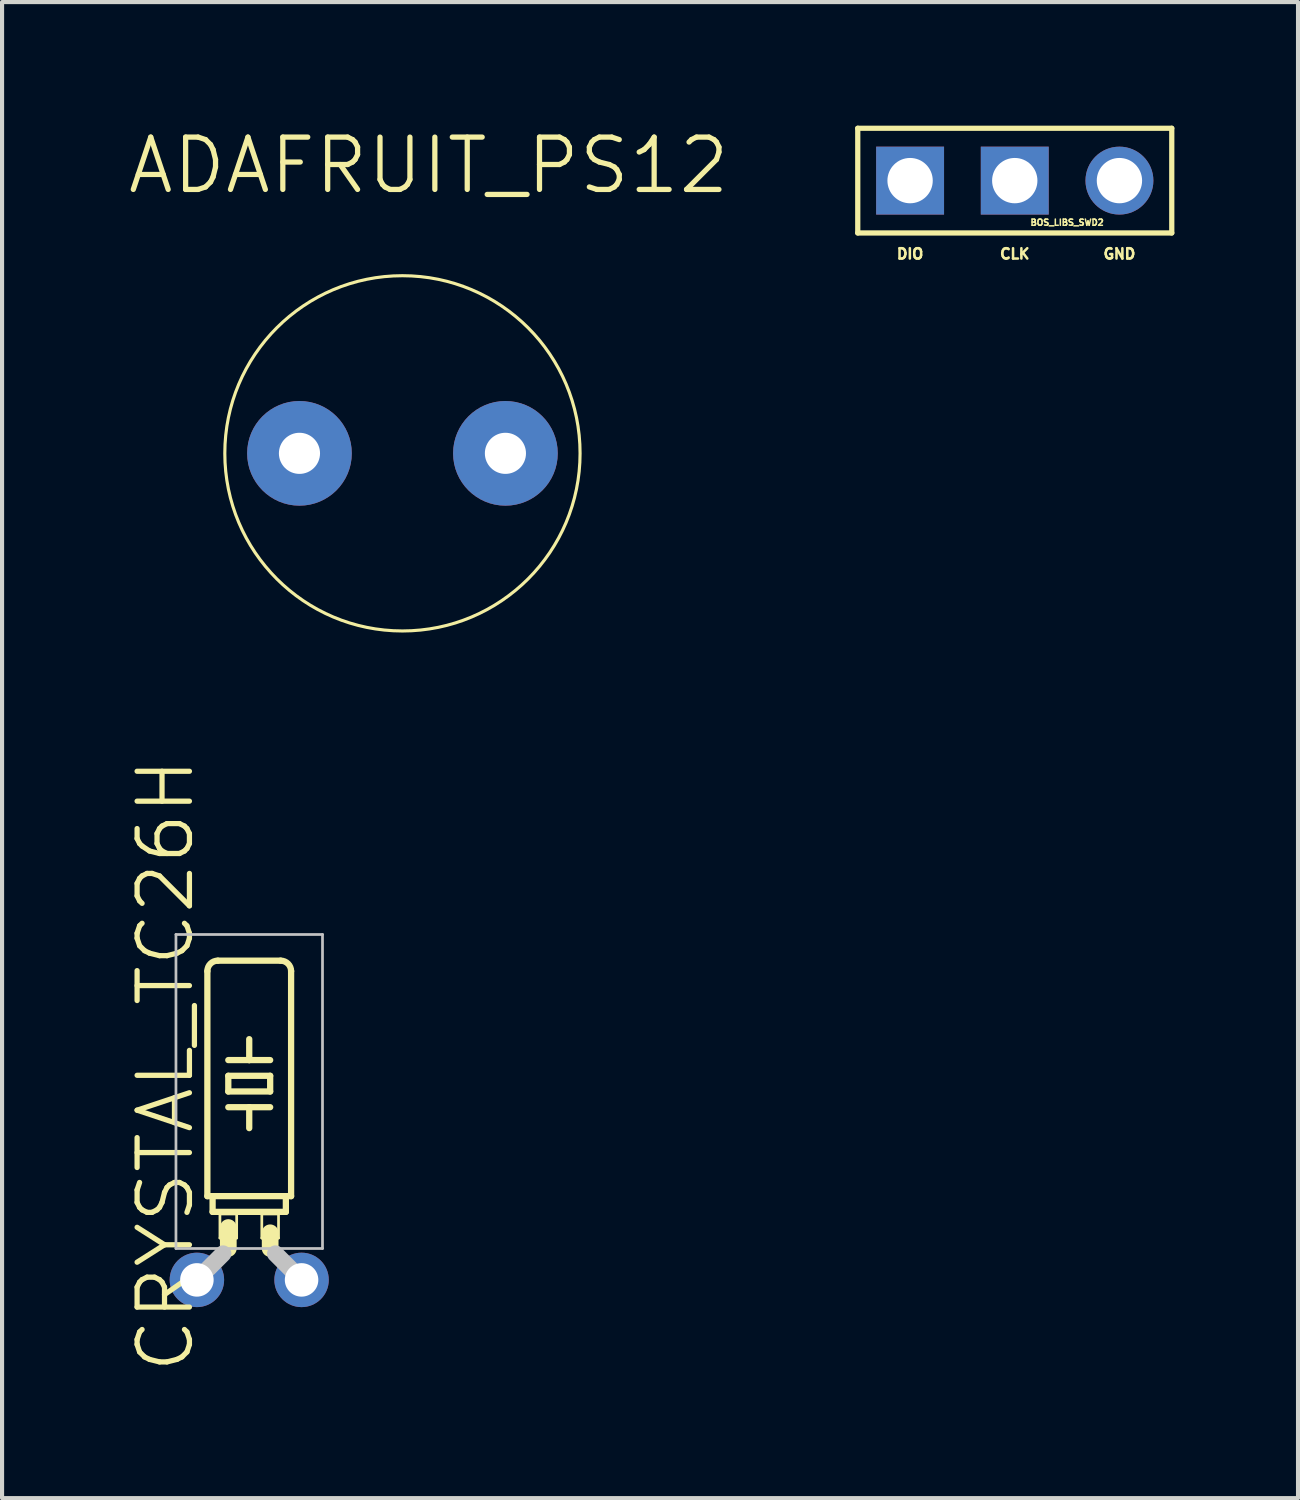
<source format=kicad_pcb>
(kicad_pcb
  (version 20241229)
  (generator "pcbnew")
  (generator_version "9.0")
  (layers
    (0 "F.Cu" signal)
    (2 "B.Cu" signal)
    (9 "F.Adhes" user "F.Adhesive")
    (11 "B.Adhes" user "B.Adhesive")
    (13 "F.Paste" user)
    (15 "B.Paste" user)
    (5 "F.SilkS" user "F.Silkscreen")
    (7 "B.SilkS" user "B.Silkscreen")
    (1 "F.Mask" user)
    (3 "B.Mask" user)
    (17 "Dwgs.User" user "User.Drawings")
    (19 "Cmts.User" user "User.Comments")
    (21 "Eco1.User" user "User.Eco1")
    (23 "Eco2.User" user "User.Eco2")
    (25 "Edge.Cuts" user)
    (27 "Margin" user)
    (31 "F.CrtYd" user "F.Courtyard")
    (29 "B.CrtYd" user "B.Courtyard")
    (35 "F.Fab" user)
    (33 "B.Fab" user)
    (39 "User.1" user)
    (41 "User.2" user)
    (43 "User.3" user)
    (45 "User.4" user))
  (footprint "CRYSTAL_TC26H"
    (layer "F.Cu")
    (at 2.998 28.009)
    (property "Reference" "CRYSTAL_TC26H" (at -2.032 -5.207 90) (layer "F.SilkS") (effects (font (size 1.27 1.27) (thickness 0.127))))
    (attr exclude_from_pos_files exclude_from_bom)
    (fp_line (start -1.016 -2.032) (end -1.016 -7.493) (stroke (width 0.152) (type solid)) (layer "F.SilkS"))
    (fp_line (start -1.016 -2.032) (end -0.889 -2.032) (stroke (width 0.152) (type solid)) (layer "F.SilkS"))
    (fp_line (start -0.889 -1.651) (end -0.889 -2.032) (stroke (width 0.152) (type solid)) (layer "F.SilkS"))
    (fp_line (start -0.889 -1.651) (end 0.889 -1.651) (stroke (width 0.152) (type solid)) (layer "F.SilkS"))
    (fp_line (start -0.762 -7.747) (end 0.762 -7.747) (stroke (width 0.152) (type solid)) (layer "F.SilkS"))
    (fp_line (start -0.711 -1.6) (end -0.305 -1.6) (stroke (width 0.066) (type solid)) (layer "F.SilkS"))
    (fp_line (start -0.711 -1.016) (end -0.711 -1.6) (stroke (width 0.066) (type solid)) (layer "F.SilkS"))
    (fp_line (start -0.711 -1.016) (end -0.305 -1.016) (stroke (width 0.066) (type solid)) (layer "F.SilkS"))
    (fp_line (start -0.508 -5.334) (end 0 -5.334) (stroke (width 0.152) (type solid)) (layer "F.SilkS"))
    (fp_line (start -0.508 -4.953) (end -0.508 -4.572) (stroke (width 0.152) (type solid)) (layer "F.SilkS"))
    (fp_line (start -0.508 -4.953) (end 0.508 -4.953) (stroke (width 0.152) (type solid)) (layer "F.SilkS"))
    (fp_line (start -0.508 -4.191) (end 0 -4.191) (stroke (width 0.152) (type solid)) (layer "F.SilkS"))
    (fp_line (start -0.508 -0.762) (end -0.508 -1.27) (stroke (width 0.406) (type solid)) (layer "F.SilkS"))
    (fp_line (start -0.305 -1.016) (end -0.305 -1.6) (stroke (width 0.066) (type solid)) (layer "F.SilkS"))
    (fp_line (start 0 -5.334) (end 0 -5.842) (stroke (width 0.152) (type solid)) (layer "F.SilkS"))
    (fp_line (start 0 -5.334) (end 0.508 -5.334) (stroke (width 0.152) (type solid)) (layer "F.SilkS"))
    (fp_line (start 0 -4.191) (end 0 -3.683) (stroke (width 0.152) (type solid)) (layer "F.SilkS"))
    (fp_line (start 0 -4.191) (end 0.508 -4.191) (stroke (width 0.152) (type solid)) (layer "F.SilkS"))
    (fp_line (start 0.305 -1.6) (end 0.711 -1.6) (stroke (width 0.066) (type solid)) (layer "F.SilkS"))
    (fp_line (start 0.305 -1.016) (end 0.305 -1.6) (stroke (width 0.066) (type solid)) (layer "F.SilkS"))
    (fp_line (start 0.305 -1.016) (end 0.711 -1.016) (stroke (width 0.066) (type solid)) (layer "F.SilkS"))
    (fp_line (start 0.508 -4.572) (end -0.508 -4.572) (stroke (width 0.152) (type solid)) (layer "F.SilkS"))
    (fp_line (start 0.508 -4.572) (end 0.508 -4.953) (stroke (width 0.152) (type solid)) (layer "F.SilkS"))
    (fp_line (start 0.508 -0.762) (end 0.508 -1.143) (stroke (width 0.406) (type solid)) (layer "F.SilkS"))
    (fp_line (start 0.711 -1.016) (end 0.711 -1.6) (stroke (width 0.066) (type solid)) (layer "F.SilkS"))
    (fp_line (start 0.889 -2.032) (end -0.889 -2.032) (stroke (width 0.152) (type solid)) (layer "F.SilkS"))
    (fp_line (start 0.889 -1.651) (end 0.889 -2.032) (stroke (width 0.152) (type solid)) (layer "F.SilkS"))
    (fp_line (start 1.016 -2.032) (end 0.889 -2.032) (stroke (width 0.152) (type solid)) (layer "F.SilkS"))
    (fp_line (start 1.016 -2.032) (end 1.016 -7.493) (stroke (width 0.152) (type solid)) (layer "F.SilkS"))
    (fp_arc (start -1.016 -7.493) (mid -0.941605 -7.672605) (end -0.762 -7.747) (stroke (width 0.1524) (type solid)) (layer "F.SilkS"))
    (fp_arc (start 0.762 -7.747) (mid 0.941605 -7.672605) (end 1.016 -7.493) (stroke (width 0.1524) (type solid)) (layer "F.SilkS"))
    (fp_line (start -1.778 -8.382) (end 1.778 -8.382) (stroke (width 0.066) (type solid)) (layer "Dwgs.User"))
    (fp_line (start -1.778 -0.762) (end -1.778 -8.382) (stroke (width 0.066) (type solid)) (layer "Dwgs.User"))
    (fp_line (start -1.778 -0.762) (end 1.778 -0.762) (stroke (width 0.066) (type solid)) (layer "Dwgs.User"))
    (fp_line (start -0.635 -0.635) (end -1.27 0) (stroke (width 0.406) (type solid)) (layer "Dwgs.User"))
    (fp_line (start 0.635 -0.635) (end 1.27 0) (stroke (width 0.406) (type solid)) (layer "Dwgs.User"))
    (fp_line (start 1.778 -0.762) (end 1.778 -8.382) (stroke (width 0.066) (type solid)) (layer "Dwgs.User"))
    (pad "1" thru_hole circle (at -1.27 0) (size 1.321 1.321) (drill 0.813) (layers "*.Cu" "*.Paste" "*.Mask"))
    (pad "2" thru_hole circle (at 1.27 0) (size 1.321 1.321) (drill 0.813) (layers "*.Cu" "*.Paste" "*.Mask")))
  (footprint "ADAFRUIT_PS12"
    (layer "F.Cu")
    (at 6.716 7.951)
    (property "Reference" "ADAFRUIT_PS12" (at 0.635 -6.985 0) (layer "F.SilkS") (effects (font (size 1.27 1.27) (thickness 0.127))))
    (attr exclude_from_pos_files exclude_from_bom)
    (fp_circle (center 0 0) (end -3.048 3.048) (stroke (width 0.076) (type solid)) (fill no) (layer "F.SilkS"))
    (pad "1" thru_hole circle (at -2.499 0) (size 2.54 2.54) (drill 0.998) (layers "*.Cu" "*.Paste" "*.Mask"))
    (pad "2" thru_hole circle (at 2.499 0) (size 2.54 2.54) (drill 0.998) (layers "*.Cu" "*.Paste" "*.Mask")))
  (footprint "BOS_LIBS_SWD2"
    (layer "F.Cu")
    (at 21.575 1.333)
    (property "Reference" "BOS_LIBS_SWD2" (at 1.27 1.016 0) (layer "F.SilkS") (effects (font (size 0.15 0.15) (thickness 0.037))))
    (attr exclude_from_pos_files exclude_from_bom)
    (fp_line (start -3.81 -1.27) (end -3.81 1.27) (stroke (width 0.127) (type solid)) (layer "F.SilkS"))
    (fp_line (start -3.81 1.27) (end 3.81 1.27) (stroke (width 0.127) (type solid)) (layer "F.SilkS"))
    (fp_line (start 3.81 -1.27) (end -3.81 -1.27) (stroke (width 0.127) (type solid)) (layer "F.SilkS"))
    (fp_line (start 3.81 1.27) (end 3.81 -1.27) (stroke (width 0.127) (type solid)) (layer "F.SilkS"))
    (fp_text user "CLK" (at 0 1.778 0) (layer "F.SilkS") (effects (font (size 0.25 0.25) (thickness 0.062))))
    (fp_text user "GND" (at 2.54 1.778 0) (layer "F.SilkS") (effects (font (size 0.25 0.25) (thickness 0.062))))
    (fp_text user "DIO" (at -2.54 1.778 0) (layer "F.SilkS") (effects (font (size 0.25 0.25) (thickness 0.062))))
    (pad "1" thru_hole rect (at -2.54 0) (size 1.648 1.648) (drill 1.1) (layers "*.Cu" "*.Paste" "*.Mask"))
    (pad "2" thru_hole rect (at 0 0) (size 1.648 1.648) (drill 1.1) (layers "*.Cu" "*.Paste" "*.Mask"))
    (pad "3" thru_hole circle (at 2.54 0) (size 1.648 1.648) (drill 1.1) (layers "*.Cu" "*.Paste" "*.Mask")))
  (gr_rect
    (start -3 -3)
    (end 28.449 33.304)
    (stroke (width 0.1) (type default))
    (fill no)
    (layer "Edge.Cuts")))
</source>
